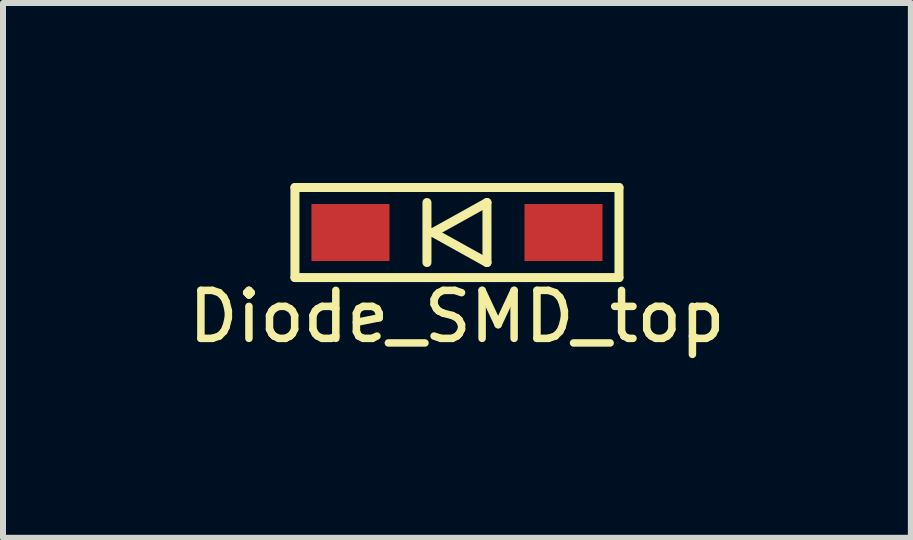
<source format=kicad_pcb>
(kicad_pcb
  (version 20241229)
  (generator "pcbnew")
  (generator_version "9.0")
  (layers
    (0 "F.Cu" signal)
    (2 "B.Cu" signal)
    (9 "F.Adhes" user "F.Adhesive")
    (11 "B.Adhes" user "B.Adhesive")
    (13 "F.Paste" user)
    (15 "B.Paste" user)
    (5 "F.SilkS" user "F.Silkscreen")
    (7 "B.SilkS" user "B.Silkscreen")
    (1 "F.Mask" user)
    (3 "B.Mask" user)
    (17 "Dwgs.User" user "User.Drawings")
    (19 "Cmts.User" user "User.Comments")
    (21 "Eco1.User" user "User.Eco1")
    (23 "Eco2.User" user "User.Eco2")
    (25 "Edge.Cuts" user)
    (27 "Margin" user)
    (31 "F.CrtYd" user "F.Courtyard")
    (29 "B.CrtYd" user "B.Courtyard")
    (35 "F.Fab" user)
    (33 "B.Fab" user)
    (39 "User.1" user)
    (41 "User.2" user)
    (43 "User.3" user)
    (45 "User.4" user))
  (footprint "Diode_SMD_top"
    (layer "F.Cu")
    (at 4.565 0.825)
    (property "Reference" "Diode_SMD_top" (at 0 1.4 0) (layer "F.SilkS") (effects (font (size 0.8 0.8) (thickness 0.125))))
    (attr smd)
    (fp_line (start -2.7 -0.75) (end -2.7 0.75) (stroke (width 0.15) (type solid)) (layer "F.SilkS"))
    (fp_line (start -2.7 0.75) (end 2.7 0.75) (stroke (width 0.15) (type solid)) (layer "F.SilkS"))
    (fp_line (start -0.5 -0.5) (end -0.5 0.5) (stroke (width 0.15) (type solid)) (layer "F.SilkS"))
    (fp_line (start -0.4 0) (end 0.5 -0.5) (stroke (width 0.15) (type solid)) (layer "F.SilkS"))
    (fp_line (start 0.5 -0.5) (end 0.5 0.5) (stroke (width 0.15) (type solid)) (layer "F.SilkS"))
    (fp_line (start 0.5 0.5) (end -0.4 0) (stroke (width 0.15) (type solid)) (layer "F.SilkS"))
    (fp_line (start 2.7 -0.75) (end -2.7 -0.75) (stroke (width 0.15) (type solid)) (layer "F.SilkS"))
    (fp_line (start 2.7 0.75) (end 2.7 -0.75) (stroke (width 0.15) (type solid)) (layer "F.SilkS"))
    (pad "1" smd rect (at -1.775 0) (size 1.3 0.95) (layers "F.Cu" "F.Mask" "F.Paste"))
    (pad "2" smd rect (at 1.775 0) (size 1.3 0.95) (layers "F.Cu" "F.Mask" "F.Paste")))
  (gr_rect
    (start -3 -3)
    (end 12.129 5.912)
    (stroke (width 0.1) (type default))
    (fill no)
    (layer "Edge.Cuts")))
</source>
